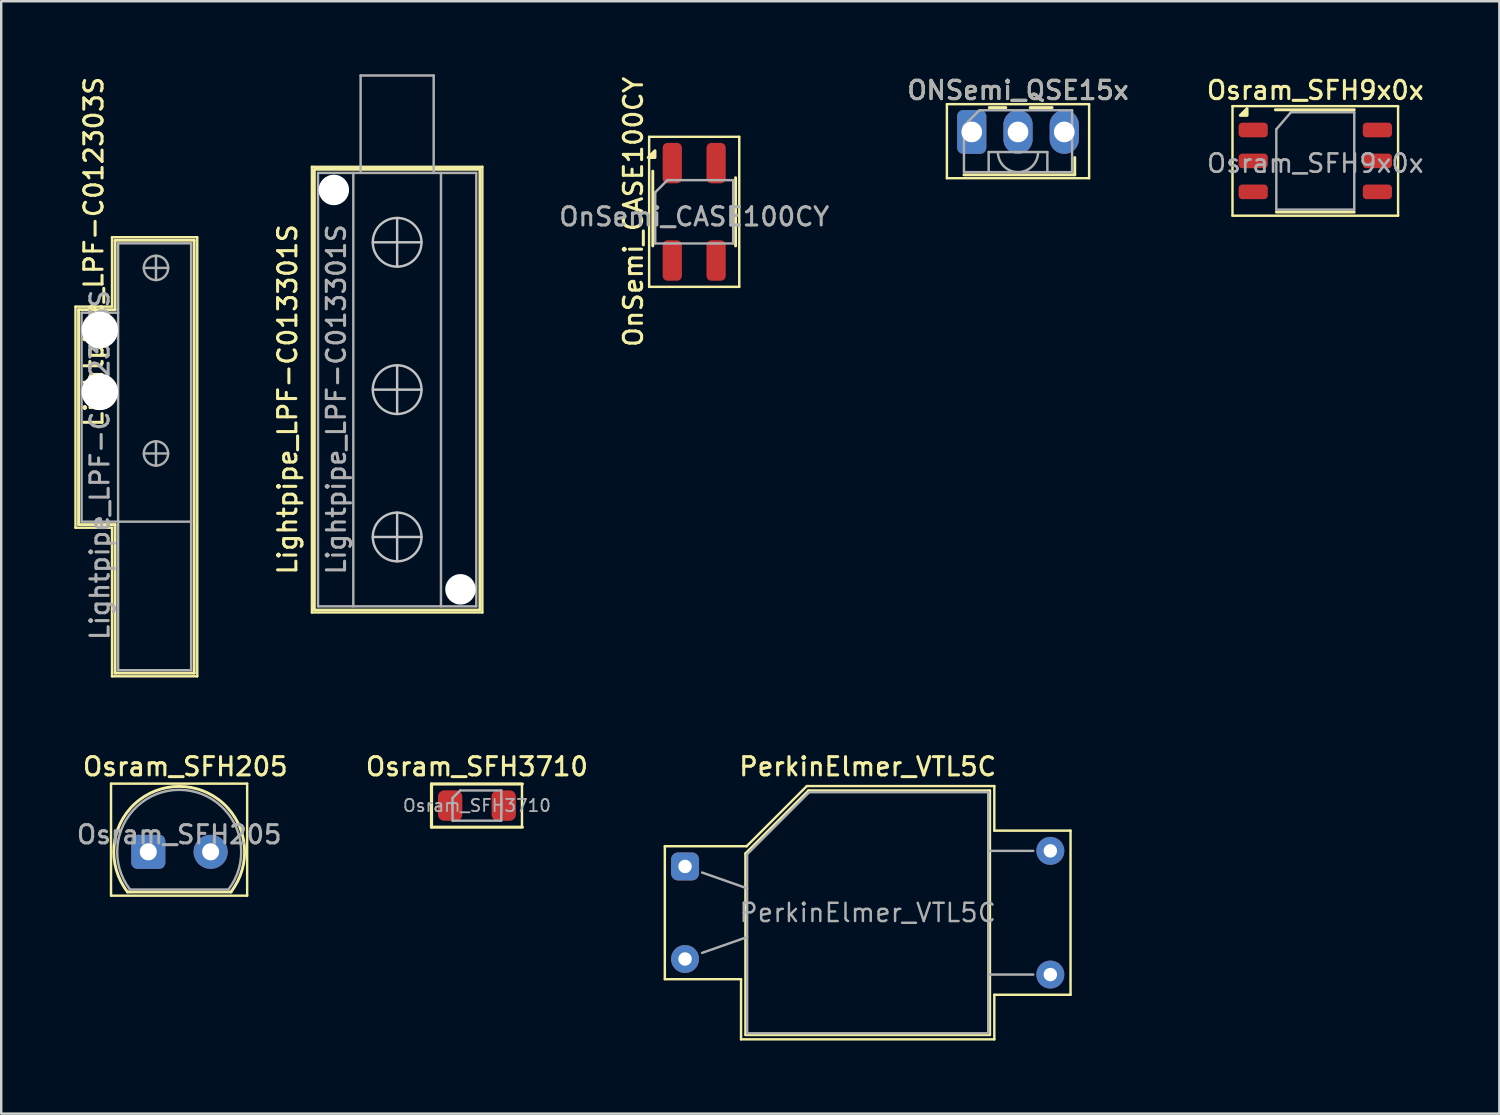
<source format=kicad_pcb>
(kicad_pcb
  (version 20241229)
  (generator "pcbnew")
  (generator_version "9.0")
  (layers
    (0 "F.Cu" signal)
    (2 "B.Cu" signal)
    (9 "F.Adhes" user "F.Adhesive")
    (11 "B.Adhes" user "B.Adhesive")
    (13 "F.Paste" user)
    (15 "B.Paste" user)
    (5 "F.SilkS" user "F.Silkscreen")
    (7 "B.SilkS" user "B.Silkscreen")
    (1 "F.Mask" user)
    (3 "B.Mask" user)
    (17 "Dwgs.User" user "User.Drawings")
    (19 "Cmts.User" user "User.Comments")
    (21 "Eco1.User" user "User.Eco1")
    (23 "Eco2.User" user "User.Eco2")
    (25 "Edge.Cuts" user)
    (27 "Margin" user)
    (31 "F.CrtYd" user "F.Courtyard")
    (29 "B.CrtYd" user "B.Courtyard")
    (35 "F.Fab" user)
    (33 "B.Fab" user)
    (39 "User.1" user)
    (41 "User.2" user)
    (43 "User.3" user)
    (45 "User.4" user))
  (footprint "Osram_SFH205"
    (layer "F.Cu")
    (at 3.039 31.929)
    (property "Reference" "Osram_SFH205" (at 1.52 -3.5 0) (layer "F.SilkS") (effects (font (size 0.75 0.75) (thickness 0.125))))
    (attr through_hole)
    (fp_line (start -1.53 -2.8) (end -1.53 1.8) (stroke (width 0.1) (type solid)) (layer "F.SilkS"))
    (fp_line (start -1.53 -2.8) (end 4.06 -2.8) (stroke (width 0.1) (type solid)) (layer "F.SilkS"))
    (fp_line (start -0.85 1.65) (end 3.4 1.65) (stroke (width 0.12) (type solid)) (layer "F.SilkS"))
    (fp_line (start 4.06 1.8) (end -1.53 1.8) (stroke (width 0.1) (type solid)) (layer "F.SilkS"))
    (fp_line (start 4.06 1.8) (end 4.06 -2.8) (stroke (width 0.1) (type solid)) (layer "F.SilkS"))
    (fp_arc (start -0.85 1.65) (mid 1.266938 -2.686427) (end 3.393756 1.645163) (stroke (width 0.12) (type solid)) (layer "F.SilkS"))
    (fp_line (start -0.75 1.55) (end 3.3 1.55) (stroke (width 0.1) (type solid)) (layer "F.Fab"))
    (fp_arc (start -0.75 1.55) (mid 1.266965 -2.546152) (end 3.293689 1.54518) (stroke (width 0.1) (type solid)) (layer "F.Fab"))
    (fp_text user "${REFERENCE}" (at 1.27 -0.707 0) (layer "F.Fab") (effects (font (size 0.75 0.75) (thickness 0.125))))
    (pad "1" thru_hole roundrect (at 0 0) (size 1.4 1.4) (drill 0.7) (layers "*.Cu" "*.Mask") (roundrect_rratio 0.178))
    (pad "2" thru_hole circle (at 2.56 0) (size 1.4 1.4) (drill 0.7) (layers "*.Cu" "*.Mask")))
  (footprint "ONSemi_QSE15x"
    (layer "F.Cu")
    (at 36.853 2.368)
    (property "Reference" "ONSemi_QSE15x" (at 1.9 -1.71 0) (layer "F.SilkS") (effects (font (size 0.75 0.75) (thickness 0.125))))
    (attr through_hole)
    (fp_line (start -1.02 -1.14) (end 4.82 -1.14) (stroke (width 0.1) (type solid)) (layer "F.SilkS"))
    (fp_line (start -1.02 1.9) (end -1.02 -1.14) (stroke (width 0.1) (type solid)) (layer "F.SilkS"))
    (fp_line (start -0.32 1.76) (end 4.23 1.76) (stroke (width 0.12) (type solid)) (layer "F.SilkS"))
    (fp_line (start 0.72 -1) (end 1.4 -1) (stroke (width 0.12) (type solid)) (layer "F.SilkS"))
    (fp_line (start 2.4 -1) (end 3.3 -1) (stroke (width 0.12) (type solid)) (layer "F.SilkS"))
    (fp_line (start 4.23 1.76) (end 4.23 1.05) (stroke (width 0.12) (type solid)) (layer "F.SilkS"))
    (fp_line (start 4.82 -1.14) (end 4.82 1.9) (stroke (width 0.1) (type solid)) (layer "F.SilkS"))
    (fp_line (start 4.82 1.9) (end -1.02 1.9) (stroke (width 0.1) (type solid)) (layer "F.SilkS"))
    (fp_line (start -0.32 -0.255) (end -0.32 1.65) (stroke (width 0.1) (type solid)) (layer "F.Fab"))
    (fp_line (start -0.32 -0.255) (end 0.315 -0.89) (stroke (width 0.1) (type solid)) (layer "F.Fab"))
    (fp_line (start -0.32 1.65) (end 4.12 1.65) (stroke (width 0.1) (type solid)) (layer "F.Fab"))
    (fp_line (start 0.315 -0.89) (end 4.12 -0.89) (stroke (width 0.1) (type solid)) (layer "F.Fab"))
    (fp_line (start 0.695 0.825) (end 3.105 0.825) (stroke (width 0.1) (type solid)) (layer "F.Fab"))
    (fp_line (start 0.695 1.65) (end 0.695 0.825) (stroke (width 0.1) (type solid)) (layer "F.Fab"))
    (fp_line (start 3.105 1.65) (end 3.105 0.825) (stroke (width 0.1) (type solid)) (layer "F.Fab"))
    (fp_line (start 4.12 1.65) (end 4.12 -0.89) (stroke (width 0.1) (type solid)) (layer "F.Fab"))
    (fp_arc (start 1.9 1.65) (mid 1.316637 1.408363) (end 1.075 0.825) (stroke (width 0.1) (type solid)) (layer "F.Fab"))
    (fp_arc (start 2.725 0.825) (mid 2.483363 1.408363) (end 1.9 1.65) (stroke (width 0.1) (type solid)) (layer "F.Fab"))
    (fp_text user "${REFERENCE}" (at 1.9 -1.71 0) (layer "F.Fab") (effects (font (size 0.75 0.75) (thickness 0.125))))
    (pad "1" thru_hole roundrect (at 0 0) (size 1.2 1.8) (drill 0.85) (layers "*.Cu" "*.Mask") (roundrect_rratio 0.208))
    (pad "2" thru_hole oval (at 1.9 0) (size 1.2 1.8) (drill 0.85) (layers "*.Cu" "*.Mask"))
    (pad "3" thru_hole oval (at 3.8 0) (size 1.2 1.8) (drill 0.85) (layers "*.Cu" "*.Mask")))
  (footprint "OnSemi_CASE100CY"
    (layer "F.Cu")
    (at 25.456 5.648)
    (property "Reference" "OnSemi_CASE100CY" (at -2.5 0 90) (layer "F.SilkS") (effects (font (size 0.75 0.75) (thickness 0.125))))
    (attr smd)
    (fp_line (start -1.85 -3.08) (end -1.85 3.08) (stroke (width 0.1) (type solid)) (layer "F.SilkS"))
    (fp_line (start -1.85 -3.08) (end 1.85 -3.08) (stroke (width 0.1) (type solid)) (layer "F.SilkS"))
    (fp_line (start -1.7 1.4) (end -1.7 -1.67) (stroke (width 0.12) (type solid)) (layer "F.SilkS"))
    (fp_line (start 1.7 1.4) (end 1.7 -1.4) (stroke (width 0.12) (type solid)) (layer "F.SilkS"))
    (fp_line (start 1.85 3.08) (end -1.85 3.08) (stroke (width 0.1) (type solid)) (layer "F.SilkS"))
    (fp_line (start 1.85 3.08) (end 1.85 -3.08) (stroke (width 0.1) (type solid)) (layer "F.SilkS"))
    (fp_poly (pts (xy -1.61 -2.23) (xy -1.89 -2.23) (xy -1.61 -2.51) (xy -1.61 -2.23)) (stroke (width 0.12) (type solid)) (fill yes) (layer "F.SilkS"))
    (fp_line (start -1.6 -0.8) (end -1.1 -1.3) (stroke (width 0.1) (type solid)) (layer "F.Fab"))
    (fp_line (start -1.6 1.3) (end -1.6 -0.8) (stroke (width 0.1) (type solid)) (layer "F.Fab"))
    (fp_line (start -1.1 -1.3) (end 1.6 -1.3) (stroke (width 0.1) (type solid)) (layer "F.Fab"))
    (fp_line (start 1.6 -1.3) (end 1.6 1.3) (stroke (width 0.1) (type solid)) (layer "F.Fab"))
    (fp_line (start 1.6 1.3) (end -1.6 1.3) (stroke (width 0.1) (type solid)) (layer "F.Fab"))
    (fp_text user "${REFERENCE}" (at 0 0.2 0) (layer "F.Fab") (effects (font (size 0.75 0.75) (thickness 0.125))))
    (pad "1" smd roundrect (at -0.9 -2) (size 0.79 1.66) (layers "F.Cu" "F.Mask" "F.Paste") (roundrect_rratio 0.25))
    (pad "2" smd roundrect (at -0.9 2) (size 0.79 1.66) (layers "F.Cu" "F.Mask" "F.Paste") (roundrect_rratio 0.25))
    (pad "3" smd roundrect (at 0.9 2) (size 0.79 1.66) (layers "F.Cu" "F.Mask" "F.Paste") (roundrect_rratio 0.25))
    (pad "4" smd roundrect (at 0.9 -2) (size 0.79 1.66) (layers "F.Cu" "F.Mask" "F.Paste") (roundrect_rratio 0.25)))
  (footprint "Osram_SFH3710"
    (layer "F.Cu")
    (at 16.534 30.029)
    (property "Reference" "Osram_SFH3710" (at 0 -1.6 0) (layer "F.SilkS") (effects (font (size 0.75 0.75) (thickness 0.125))))
    (attr smd)
    (fp_line (start -1.87 0.89) (end -1.87 -0.89) (stroke (width 0.12) (type default)) (layer "F.SilkS"))
    (fp_line (start -1.87 0.89) (end 1.87 0.89) (stroke (width 0.12) (type solid)) (layer "F.SilkS"))
    (fp_line (start 1.87 -0.89) (end -1.87 -0.89) (stroke (width 0.12) (type solid)) (layer "F.SilkS"))
    (fp_rect (start -1.85 -0.88) (end 1.85 0.88) (stroke (width 0.1) (type solid)) (fill no) (layer "F.SilkS"))
    (fp_line (start -1 -0.31) (end -0.69 -0.62) (stroke (width 0.1) (type default)) (layer "F.Fab"))
    (fp_line (start -1 0.62) (end -1 -0.31) (stroke (width 0.1) (type default)) (layer "F.Fab"))
    (fp_line (start -0.69 -0.62) (end 1 -0.62) (stroke (width 0.1) (type default)) (layer "F.Fab"))
    (fp_line (start 1 -0.62) (end 1 0.62) (stroke (width 0.1) (type default)) (layer "F.Fab"))
    (fp_line (start 1 0.62) (end -1 0.62) (stroke (width 0.1) (type default)) (layer "F.Fab"))
    (fp_text user "${REFERENCE}" (at 0 0 0) (layer "F.Fab") (effects (font (size 0.5 0.5) (thickness 0.075))))
    (pad "1" smd roundrect (at -1.1 0) (size 1 1.25) (layers "F.Cu" "F.Mask" "F.Paste") (roundrect_rratio 0.25))
    (pad "2" smd roundrect (at 1.1 0) (size 1 1.25) (layers "F.Cu" "F.Mask" "F.Paste") (roundrect_rratio 0.25)))
  (footprint "Lightpipe_LPF-C013301S"
    (layer "F.Cu")
    (at 13.258 4.05)
    (property "Reference" "Lightpipe_LPF-C013301S" (at -4.5 9.3 270) (layer "F.SilkS") (effects (font (size 0.75 0.75) (thickness 0.125))))
    (attr exclude_from_pos_files)
    (fp_line (start -3.5 -0.25) (end 3.5 -0.25) (stroke (width 0.1) (type solid)) (layer "F.SilkS"))
    (fp_line (start -3.5 18.05) (end -3.5 -0.25) (stroke (width 0.1) (type solid)) (layer "F.SilkS"))
    (fp_line (start 3.5 -0.25) (end 3.5 18.05) (stroke (width 0.1) (type solid)) (layer "F.SilkS"))
    (fp_line (start 3.5 18.05) (end -3.5 18.05) (stroke (width 0.1) (type solid)) (layer "F.SilkS"))
    (fp_rect (start -3.4 -0.15) (end 3.4 17.95) (stroke (width 0.12) (type solid)) (fill no) (layer "F.SilkS"))
    (fp_line (start 0 3.85) (end 0 1.85) (stroke (width 0.1) (type solid)) (layer "Dwgs.User"))
    (fp_line (start 0 9.9) (end 0 7.9) (stroke (width 0.1) (type solid)) (layer "Dwgs.User"))
    (fp_line (start 0 15.95) (end 0 13.95) (stroke (width 0.1) (type solid)) (layer "Dwgs.User"))
    (fp_line (start 1 2.85) (end -1 2.85) (stroke (width 0.1) (type solid)) (layer "Dwgs.User"))
    (fp_line (start 1 8.9) (end -1 8.9) (stroke (width 0.1) (type solid)) (layer "Dwgs.User"))
    (fp_line (start 1 14.95) (end -1 14.95) (stroke (width 0.1) (type solid)) (layer "Dwgs.User"))
    (fp_circle (center 0 2.85) (end 1 2.85) (stroke (width 0.1) (type solid)) (fill no) (layer "Dwgs.User"))
    (fp_circle (center 0 8.9) (end 1 8.9) (stroke (width 0.1) (type solid)) (fill no) (layer "Dwgs.User"))
    (fp_circle (center 0 14.95) (end 1 14.95) (stroke (width 0.1) (type solid)) (fill no) (layer "Dwgs.User"))
    (fp_line (start -3.25 17.8) (end -3.25 0) (stroke (width 0.1) (type solid)) (layer "F.Fab"))
    (fp_line (start -1.8 17.8) (end -1.8 0) (stroke (width 0.1) (type solid)) (layer "F.Fab"))
    (fp_line (start -1.5 -4) (end -1.5 0) (stroke (width 0.1) (type solid)) (layer "F.Fab"))
    (fp_line (start 1.5 -4) (end -1.5 -4) (stroke (width 0.1) (type solid)) (layer "F.Fab"))
    (fp_line (start 1.5 0) (end 1.5 -4) (stroke (width 0.1) (type solid)) (layer "F.Fab"))
    (fp_line (start 1.8 17.8) (end 1.8 0) (stroke (width 0.1) (type solid)) (layer "F.Fab"))
    (fp_line (start 3.25 0) (end -3.25 0) (stroke (width 0.1) (type solid)) (layer "F.Fab"))
    (fp_line (start 3.25 17.8) (end -3.25 17.8) (stroke (width 0.1) (type solid)) (layer "F.Fab"))
    (fp_line (start 3.25 17.8) (end 3.25 0) (stroke (width 0.1) (type solid)) (layer "F.Fab"))
    (fp_text user "${REFERENCE}" (at -2.5 9.3 90) (layer "F.Fab") (effects (font (size 0.75 0.75) (thickness 0.125))))
    (pad "" np_thru_hole circle (at -2.6 0.7 180) (size 1.25 1.25) (drill 1.25) (layers "*.Cu" "*.Mask"))
    (pad "" np_thru_hole circle (at 2.6 17.1 180) (size 1.25 1.25) (drill 1.25) (layers "*.Cu" "*.Mask")))
  (footprint "Lightpipe_LPF-C012303S"
    (layer "F.Cu")
    (at 1.05 13.041)
    (property "Reference" "Lightpipe_LPF-C012303S" (at -0.25 -5.75 270) (layer "F.SilkS") (effects (font (size 0.75 0.75) (thickness 0.125))))
    (attr through_hole)
    (fp_line (start -1 -3.5) (end -1 5.58) (stroke (width 0.1) (type solid)) (layer "F.SilkS"))
    (fp_line (start -1 5.58) (end 0.5 5.58) (stroke (width 0.1) (type solid)) (layer "F.SilkS"))
    (fp_line (start -0.875 -3.375) (end -0.875 5.45) (stroke (width 0.12) (type solid)) (layer "F.SilkS"))
    (fp_line (start -0.875 5.45) (end 0.625 5.45) (stroke (width 0.12) (type solid)) (layer "F.SilkS"))
    (fp_line (start 0.5 -6.35) (end 0.5 -3.5) (stroke (width 0.1) (type solid)) (layer "F.SilkS"))
    (fp_line (start 0.5 -3.5) (end -1 -3.5) (stroke (width 0.1) (type solid)) (layer "F.SilkS"))
    (fp_line (start 0.5 5.58) (end 0.5 11.68) (stroke (width 0.1) (type solid)) (layer "F.SilkS"))
    (fp_line (start 0.5 11.68) (end 4 11.68) (stroke (width 0.1) (type solid)) (layer "F.SilkS"))
    (fp_line (start 0.625 -6.225) (end 0.625 -3.375) (stroke (width 0.12) (type solid)) (layer "F.SilkS"))
    (fp_line (start 0.625 -3.375) (end -0.875 -3.375) (stroke (width 0.12) (type solid)) (layer "F.SilkS"))
    (fp_line (start 0.625 5.45) (end 0.625 11.55) (stroke (width 0.12) (type solid)) (layer "F.SilkS"))
    (fp_line (start 0.625 11.55) (end 3.875 11.55) (stroke (width 0.12) (type solid)) (layer "F.SilkS"))
    (fp_line (start 3.875 -6.225) (end 0.625 -6.225) (stroke (width 0.12) (type solid)) (layer "F.SilkS"))
    (fp_line (start 3.875 11.55) (end 3.875 -6.225) (stroke (width 0.12) (type solid)) (layer "F.SilkS"))
    (fp_line (start 4 -6.35) (end 0.5 -6.35) (stroke (width 0.1) (type solid)) (layer "F.SilkS"))
    (fp_line (start 4 11.68) (end 4 -6.35) (stroke (width 0.1) (type solid)) (layer "F.SilkS"))
    (fp_line (start -0.75 -3.25) (end -0.75 5.33) (stroke (width 0.1) (type solid)) (layer "F.Fab"))
    (fp_line (start -0.75 -3.25) (end 0.75 -3.25) (stroke (width 0.1) (type solid)) (layer "F.Fab"))
    (fp_line (start -0.75 5.33) (end 3.75 5.33) (stroke (width 0.1) (type solid)) (layer "F.Fab"))
    (fp_line (start 0.75 -6.1) (end 0.75 11.43) (stroke (width 0.1) (type solid)) (layer "F.Fab"))
    (fp_line (start 0.75 -6.1) (end 3.75 -6.1) (stroke (width 0.1) (type solid)) (layer "F.Fab"))
    (fp_line (start 0.75 11.43) (end 3.75 11.43) (stroke (width 0.1) (type solid)) (layer "F.Fab"))
    (fp_line (start 1.805 -5.09) (end 2.805 -5.09) (stroke (width 0.1) (type solid)) (layer "F.Fab"))
    (fp_line (start 1.805 2.53) (end 2.805 2.53) (stroke (width 0.1) (type solid)) (layer "F.Fab"))
    (fp_line (start 2.305 -4.59) (end 2.305 -5.59) (stroke (width 0.1) (type solid)) (layer "F.Fab"))
    (fp_line (start 2.305 3.03) (end 2.305 2.03) (stroke (width 0.1) (type solid)) (layer "F.Fab"))
    (fp_line (start 3.75 -6.1) (end 3.75 11.43) (stroke (width 0.1) (type solid)) (layer "F.Fab"))
    (fp_circle (center 2.305 -5.09) (end 2.805 -5.09) (stroke (width 0.1) (type solid)) (fill no) (layer "F.Fab"))
    (fp_circle (center 2.305 2.53) (end 2.805 2.53) (stroke (width 0.1) (type solid)) (fill no) (layer "F.Fab"))
    (fp_text user "${REFERENCE}" (at 0 3 90) (layer "F.Fab") (effects (font (size 0.75 0.75) (thickness 0.125))))
    (pad "" np_thru_hole circle (at 0 -2.54) (size 1.5 1.5) (drill 1.5) (layers "*.Cu" "*.Mask"))
    (pad "" np_thru_hole circle (at 0 0) (size 1.5 1.5) (drill 1.5) (layers "*.Cu" "*.Mask")))
  (footprint "PerkinElmer_VTL5C"
    (layer "F.Cu")
    (at 25.08 32.529)
    (property "Reference" "PerkinElmer_VTL5C" (at 7.5 -4.1 0) (layer "F.SilkS") (effects (font (size 0.75 0.75) (thickness 0.125))))
    (attr through_hole)
    (fp_line (start -0.83 4.63) (end -0.83 -0.83) (stroke (width 0.1) (type solid)) (layer "F.SilkS"))
    (fp_line (start 2.3 4.63) (end -0.83 4.63) (stroke (width 0.1) (type solid)) (layer "F.SilkS"))
    (fp_line (start 2.3 7.1) (end 2.3 4.63) (stroke (width 0.1) (type solid)) (layer "F.SilkS"))
    (fp_line (start 2.49 -0.53) (end 2.49 6.91) (stroke (width 0.12) (type solid)) (layer "F.SilkS"))
    (fp_line (start 2.49 6.91) (end 12.51 6.91) (stroke (width 0.12) (type solid)) (layer "F.SilkS"))
    (fp_line (start 2.53 -0.83) (end -0.83 -0.83) (stroke (width 0.1) (type solid)) (layer "F.SilkS"))
    (fp_line (start 2.53 -0.83) (end 5 -3.3) (stroke (width 0.1) (type solid)) (layer "F.SilkS"))
    (fp_line (start 5 -3.3) (end 12.7 -3.3) (stroke (width 0.1) (type solid)) (layer "F.SilkS"))
    (fp_line (start 5.07 -3.11) (end 2.49 -0.53) (stroke (width 0.12) (type solid)) (layer "F.SilkS"))
    (fp_line (start 12.51 -3.11) (end 5.07 -3.11) (stroke (width 0.12) (type solid)) (layer "F.SilkS"))
    (fp_line (start 12.51 6.91) (end 12.51 -3.11) (stroke (width 0.12) (type solid)) (layer "F.SilkS"))
    (fp_line (start 12.7 -3.3) (end 12.7 -1.47) (stroke (width 0.1) (type solid)) (layer "F.SilkS"))
    (fp_line (start 12.7 5.27) (end 12.7 7.1) (stroke (width 0.1) (type solid)) (layer "F.SilkS"))
    (fp_line (start 12.7 7.1) (end 2.3 7.1) (stroke (width 0.1) (type solid)) (layer "F.SilkS"))
    (fp_line (start 15.83 -1.47) (end 12.7 -1.47) (stroke (width 0.1) (type solid)) (layer "F.SilkS"))
    (fp_line (start 15.83 5.27) (end 12.7 5.27) (stroke (width 0.1) (type solid)) (layer "F.SilkS"))
    (fp_line (start 15.83 5.27) (end 15.83 -1.47) (stroke (width 0.1) (type solid)) (layer "F.SilkS"))
    (fp_line (start 0.7 0.25) (end 2.55 0.9) (stroke (width 0.1) (type solid)) (layer "F.Fab"))
    (fp_line (start 0.7 3.55) (end 2.55 2.9) (stroke (width 0.1) (type solid)) (layer "F.Fab"))
    (fp_line (start 2.55 6.85) (end 2.55 -0.5) (stroke (width 0.1) (type solid)) (layer "F.Fab"))
    (fp_line (start 5.1 -3.05) (end 2.55 -0.5) (stroke (width 0.1) (type solid)) (layer "F.Fab"))
    (fp_line (start 5.1 -3.05) (end 12.45 -3.05) (stroke (width 0.1) (type solid)) (layer "F.Fab"))
    (fp_line (start 12.45 -3.05) (end 12.45 6.85) (stroke (width 0.1) (type solid)) (layer "F.Fab"))
    (fp_line (start 12.45 6.85) (end 2.55 6.85) (stroke (width 0.1) (type solid)) (layer "F.Fab"))
    (fp_line (start 14.3 -0.64) (end 12.45 -0.64) (stroke (width 0.1) (type solid)) (layer "F.Fab"))
    (fp_line (start 14.3 4.44) (end 12.45 4.44) (stroke (width 0.1) (type solid)) (layer "F.Fab"))
    (fp_text user "${REFERENCE}" (at 7.5 1.9 0) (layer "F.Fab") (effects (font (size 0.75 0.75) (thickness 0.1))))
    (pad "1" thru_hole roundrect (at 0 0) (size 1.15 1.15) (drill 0.55) (layers "*.Cu" "*.Mask") (roundrect_rratio 0.25))
    (pad "2" thru_hole circle (at 0 3.8) (size 1.15 1.15) (drill 0.55) (layers "*.Cu" "*.Mask"))
    (pad "3" thru_hole circle (at 15 -0.64) (size 1.15 1.15) (drill 0.55) (layers "*.Cu" "*.Mask"))
    (pad "4" thru_hole circle (at 15 4.44) (size 1.15 1.15) (drill 0.55) (layers "*.Cu" "*.Mask")))
  (footprint "Osram_SFH9x0x"
    (layer "F.Cu")
    (at 50.96 3.558)
    (property "Reference" "Osram_SFH9x0x" (at 0 -2.9 0) (layer "F.SilkS") (effects (font (size 0.75 0.75) (thickness 0.125))))
    (attr smd)
    (fp_line (start -3.4 -2.25) (end -3.4 2.25) (stroke (width 0.1) (type solid)) (layer "F.SilkS"))
    (fp_line (start -3.4 -2.25) (end 3.4 -2.25) (stroke (width 0.1) (type solid)) (layer "F.SilkS"))
    (fp_line (start -1.6 2.1) (end 1.6 2.1) (stroke (width 0.12) (type solid)) (layer "F.SilkS"))
    (fp_line (start 1.6 -2.1) (end -1.64 -2.1) (stroke (width 0.12) (type solid)) (layer "F.SilkS"))
    (fp_line (start 3.4 2.25) (end -3.4 2.25) (stroke (width 0.1) (type solid)) (layer "F.SilkS"))
    (fp_line (start 3.4 2.25) (end 3.4 -2.25) (stroke (width 0.1) (type solid)) (layer "F.SilkS"))
    (fp_poly (pts (xy -2.8 -1.87) (xy -3.08 -1.87) (xy -2.8 -2.15) (xy -2.8 -1.87)) (stroke (width 0.12) (type solid)) (fill yes) (layer "F.SilkS"))
    (fp_line (start -1.6 -1.3) (end -1.6 2) (stroke (width 0.1) (type solid)) (layer "F.Fab"))
    (fp_line (start -1.6 2) (end 1.6 2) (stroke (width 0.1) (type solid)) (layer "F.Fab"))
    (fp_line (start -1 -2) (end -1.6 -1.3) (stroke (width 0.1) (type solid)) (layer "F.Fab"))
    (fp_line (start 1.6 -2) (end -1 -2) (stroke (width 0.1) (type solid)) (layer "F.Fab"))
    (fp_line (start 1.6 2) (end 1.6 -2) (stroke (width 0.1) (type solid)) (layer "F.Fab"))
    (fp_text user "${REFERENCE}" (at 0 0.1 0) (layer "F.Fab") (effects (font (size 0.75 0.75) (thickness 0.11))))
    (pad "1" smd roundrect (at -2.55 -1.27) (size 1.2 0.6) (layers "F.Cu" "F.Mask" "F.Paste") (roundrect_rratio 0.25))
    (pad "2" smd roundrect (at -2.55 0) (size 1.2 0.6) (layers "F.Cu" "F.Mask" "F.Paste") (roundrect_rratio 0.25))
    (pad "3" smd roundrect (at -2.55 1.27) (size 1.2 0.6) (layers "F.Cu" "F.Mask" "F.Paste") (roundrect_rratio 0.25))
    (pad "4" smd roundrect (at 2.55 1.27) (size 1.2 0.6) (layers "F.Cu" "F.Mask" "F.Paste") (roundrect_rratio 0.25))
    (pad "5" smd roundrect (at 2.55 0) (size 1.2 0.6) (layers "F.Cu" "F.Mask" "F.Paste") (roundrect_rratio 0.25))
    (pad "6" smd roundrect (at 2.55 -1.27) (size 1.2 0.6) (layers "F.Cu" "F.Mask" "F.Paste") (roundrect_rratio 0.25)))
  (gr_rect
    (start -3 -3)
    (end 58.519 42.679)
    (stroke (width 0.1) (type default))
    (fill no)
    (layer "Edge.Cuts")))
</source>
